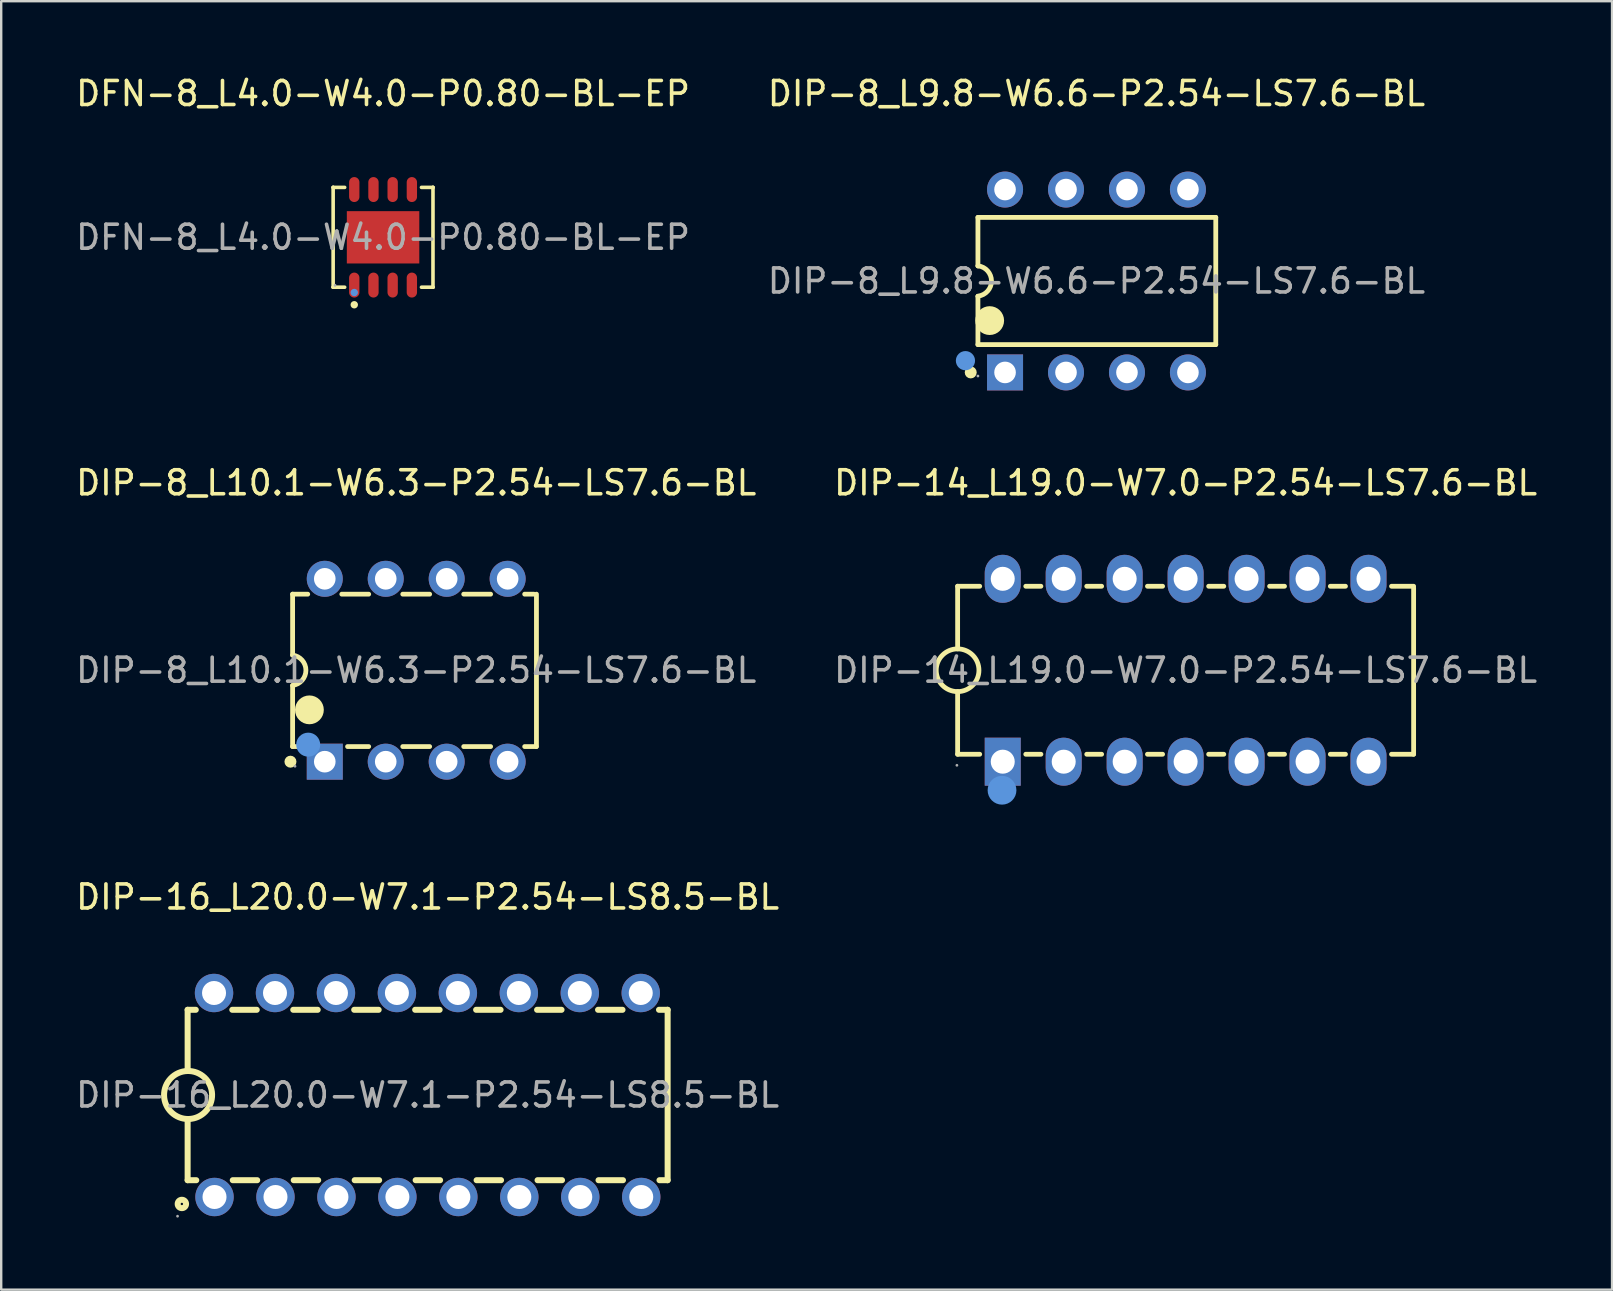
<source format=kicad_pcb>
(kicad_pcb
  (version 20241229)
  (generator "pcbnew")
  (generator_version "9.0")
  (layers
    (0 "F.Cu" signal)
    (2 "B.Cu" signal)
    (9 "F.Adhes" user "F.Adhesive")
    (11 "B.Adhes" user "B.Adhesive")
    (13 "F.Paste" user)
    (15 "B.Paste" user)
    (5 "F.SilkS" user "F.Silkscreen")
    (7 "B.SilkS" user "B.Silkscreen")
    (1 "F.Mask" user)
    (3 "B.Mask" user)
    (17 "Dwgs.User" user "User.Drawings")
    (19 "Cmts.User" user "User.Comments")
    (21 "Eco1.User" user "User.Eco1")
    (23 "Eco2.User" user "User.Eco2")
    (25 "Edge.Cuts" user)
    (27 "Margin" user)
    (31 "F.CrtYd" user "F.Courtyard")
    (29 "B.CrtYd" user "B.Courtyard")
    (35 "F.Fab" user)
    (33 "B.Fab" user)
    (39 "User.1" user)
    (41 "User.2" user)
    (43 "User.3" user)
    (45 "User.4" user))
  (footprint "DIP-16_L20.0-W7.1-P2.54-LS8.5-BL"
    (layer "F.Cu")
    (at 14.768 42.575)
    (property "Reference" "DIP-16_L20.0-W7.1-P2.54-LS8.5-BL" (at 0 -8.25 0) (layer "F.SilkS") (effects (font (size 1 1) (thickness 0.15))))
    (attr through_hole)
    (fp_line (start -10 -3.55) (end -9.66 -3.55) (stroke (width 0.25) (type solid)) (layer "F.SilkS"))
    (fp_line (start -10 -1) (end -10 -3.55) (stroke (width 0.25) (type solid)) (layer "F.SilkS"))
    (fp_line (start -10 3.55) (end -10 1) (stroke (width 0.25) (type solid)) (layer "F.SilkS"))
    (fp_line (start -10 3.55) (end -9.64 3.55) (stroke (width 0.25) (type solid)) (layer "F.SilkS"))
    (fp_line (start -8.14 -3.55) (end -7.12 -3.55) (stroke (width 0.25) (type solid)) (layer "F.SilkS"))
    (fp_line (start -8.12 3.55) (end -7.1 3.55) (stroke (width 0.25) (type solid)) (layer "F.SilkS"))
    (fp_line (start -5.6 -3.55) (end -4.58 -3.55) (stroke (width 0.25) (type solid)) (layer "F.SilkS"))
    (fp_line (start -5.58 3.55) (end -4.56 3.55) (stroke (width 0.25) (type solid)) (layer "F.SilkS"))
    (fp_line (start -3.06 -3.55) (end -2.04 -3.55) (stroke (width 0.25) (type solid)) (layer "F.SilkS"))
    (fp_line (start -3.04 3.55) (end -2.02 3.55) (stroke (width 0.25) (type solid)) (layer "F.SilkS"))
    (fp_line (start -0.52 -3.55) (end 0.5 -3.55) (stroke (width 0.25) (type solid)) (layer "F.SilkS"))
    (fp_line (start -0.5 3.55) (end 0.52 3.55) (stroke (width 0.25) (type solid)) (layer "F.SilkS"))
    (fp_line (start 2.02 -3.55) (end 3.04 -3.55) (stroke (width 0.25) (type solid)) (layer "F.SilkS"))
    (fp_line (start 2.04 3.55) (end 3.06 3.55) (stroke (width 0.25) (type solid)) (layer "F.SilkS"))
    (fp_line (start 4.56 -3.55) (end 5.58 -3.55) (stroke (width 0.25) (type solid)) (layer "F.SilkS"))
    (fp_line (start 4.58 3.55) (end 5.6 3.55) (stroke (width 0.25) (type solid)) (layer "F.SilkS"))
    (fp_line (start 7.1 -3.55) (end 8.12 -3.55) (stroke (width 0.25) (type solid)) (layer "F.SilkS"))
    (fp_line (start 7.12 3.55) (end 8.14 3.55) (stroke (width 0.25) (type solid)) (layer "F.SilkS"))
    (fp_line (start 9.64 -3.55) (end 10 -3.55) (stroke (width 0.25) (type solid)) (layer "F.SilkS"))
    (fp_line (start 9.66 3.55) (end 10 3.55) (stroke (width 0.25) (type solid)) (layer "F.SilkS"))
    (fp_line (start 10 3.55) (end 10 -3.55) (stroke (width 0.25) (type solid)) (layer "F.SilkS"))
    (fp_arc (start -9.967457 1.000371) (mid -10.001272 -1.000223) (end -9.95 1) (stroke (width 0.25) (type solid)) (layer "F.SilkS"))
    (fp_circle (center -10.24 4.54) (end -10.19 4.54) (stroke (width 0.25) (type solid)) (fill no) (layer "F.SilkS"))
    (fp_circle (center -10.42 5.05) (end -10.39 5.05) (stroke (width 0.06) (type solid)) (fill no) (layer "F.Fab"))
    (fp_circle (center -8.9 -4.25) (end -8.7 -4.25) (stroke (width 0.4) (type solid)) (fill no) (layer "F.Fab"))
    (fp_circle (center -8.88 4.25) (end -8.68 4.25) (stroke (width 0.4) (type solid)) (fill no) (layer "F.Fab"))
    (fp_circle (center -6.36 -4.25) (end -6.16 -4.25) (stroke (width 0.4) (type solid)) (fill no) (layer "F.Fab"))
    (fp_circle (center -6.34 4.25) (end -6.14 4.25) (stroke (width 0.4) (type solid)) (fill no) (layer "F.Fab"))
    (fp_circle (center -3.82 -4.25) (end -3.62 -4.25) (stroke (width 0.4) (type solid)) (fill no) (layer "F.Fab"))
    (fp_circle (center -3.8 4.25) (end -3.6 4.25) (stroke (width 0.4) (type solid)) (fill no) (layer "F.Fab"))
    (fp_circle (center -1.28 -4.25) (end -1.08 -4.25) (stroke (width 0.4) (type solid)) (fill no) (layer "F.Fab"))
    (fp_circle (center -1.26 4.25) (end -1.06 4.25) (stroke (width 0.4) (type solid)) (fill no) (layer "F.Fab"))
    (fp_circle (center 1.26 -4.25) (end 1.46 -4.25) (stroke (width 0.4) (type solid)) (fill no) (layer "F.Fab"))
    (fp_circle (center 1.28 4.25) (end 1.48 4.25) (stroke (width 0.4) (type solid)) (fill no) (layer "F.Fab"))
    (fp_circle (center 3.8 -4.25) (end 4 -4.25) (stroke (width 0.4) (type solid)) (fill no) (layer "F.Fab"))
    (fp_circle (center 3.82 4.25) (end 4.02 4.25) (stroke (width 0.4) (type solid)) (fill no) (layer "F.Fab"))
    (fp_circle (center 6.34 -4.25) (end 6.54 -4.25) (stroke (width 0.4) (type solid)) (fill no) (layer "F.Fab"))
    (fp_circle (center 6.36 4.25) (end 6.56 4.25) (stroke (width 0.4) (type solid)) (fill no) (layer "F.Fab"))
    (fp_circle (center 8.88 -4.25) (end 9.08 -4.25) (stroke (width 0.4) (type solid)) (fill no) (layer "F.Fab"))
    (fp_circle (center 8.9 4.25) (end 9.1 4.25) (stroke (width 0.4) (type solid)) (fill no) (layer "F.Fab"))
    (fp_text user "${REFERENCE}" (at 0 0 0) (layer "F.Fab") (effects (font (size 1 1) (thickness 0.15))))
    (pad "1" thru_hole circle (at -8.88 4.25 90) (size 1.6 1.6) (drill 1) (layers "*.Cu" "*.Paste" "*.Mask"))
    (pad "2" thru_hole circle (at -6.34 4.25 90) (size 1.6 1.6) (drill 1) (layers "*.Cu" "*.Paste" "*.Mask"))
    (pad "3" thru_hole circle (at -3.8 4.25 90) (size 1.6 1.6) (drill 1) (layers "*.Cu" "*.Paste" "*.Mask"))
    (pad "4" thru_hole circle (at -1.26 4.25 90) (size 1.6 1.6) (drill 1) (layers "*.Cu" "*.Paste" "*.Mask"))
    (pad "5" thru_hole circle (at 1.28 4.25 90) (size 1.6 1.6) (drill 1) (layers "*.Cu" "*.Paste" "*.Mask"))
    (pad "6" thru_hole circle (at 3.82 4.25 90) (size 1.6 1.6) (drill 1) (layers "*.Cu" "*.Paste" "*.Mask"))
    (pad "7" thru_hole circle (at 6.36 4.25 90) (size 1.6 1.6) (drill 1) (layers "*.Cu" "*.Paste" "*.Mask"))
    (pad "8" thru_hole circle (at 8.9 4.25 90) (size 1.6 1.6) (drill 1) (layers "*.Cu" "*.Paste" "*.Mask"))
    (pad "9" thru_hole circle (at 8.88 -4.25 90) (size 1.6 1.6) (drill 1) (layers "*.Cu" "*.Paste" "*.Mask"))
    (pad "10" thru_hole circle (at 6.34 -4.25 90) (size 1.6 1.6) (drill 1) (layers "*.Cu" "*.Paste" "*.Mask"))
    (pad "11" thru_hole circle (at 3.8 -4.25 90) (size 1.6 1.6) (drill 1) (layers "*.Cu" "*.Paste" "*.Mask"))
    (pad "12" thru_hole circle (at 1.26 -4.25 90) (size 1.6 1.6) (drill 1) (layers "*.Cu" "*.Paste" "*.Mask"))
    (pad "13" thru_hole circle (at -1.28 -4.25 90) (size 1.6 1.6) (drill 1) (layers "*.Cu" "*.Paste" "*.Mask"))
    (pad "14" thru_hole circle (at -3.82 -4.25 90) (size 1.6 1.6) (drill 1) (layers "*.Cu" "*.Paste" "*.Mask"))
    (pad "15" thru_hole circle (at -6.36 -4.25 90) (size 1.6 1.6) (drill 1) (layers "*.Cu" "*.Paste" "*.Mask"))
    (pad "16" thru_hole circle (at -8.9 -4.25 90) (size 1.6 1.6) (drill 1) (layers "*.Cu" "*.Paste" "*.Mask")))
  (footprint "DIP-8_L9.8-W6.6-P2.54-LS7.6-BL"
    (layer "F.Cu")
    (at 42.637 8.658)
    (property "Reference" "DIP-8_L9.8-W6.6-P2.54-LS7.6-BL" (at 0 -7.81 0) (layer "F.SilkS") (effects (font (size 1 1) (thickness 0.15))))
    (attr through_hole)
    (fp_line (start -4.94 -2.65) (end 4.97 -2.65) (stroke (width 0.2) (type solid)) (layer "F.SilkS"))
    (fp_line (start -4.94 -0.63) (end -4.94 -2.65) (stroke (width 0.2) (type solid)) (layer "F.SilkS"))
    (fp_line (start -4.94 0.64) (end -4.93 0.64) (stroke (width 0.2) (type solid)) (layer "F.SilkS"))
    (fp_line (start -4.94 2.65) (end -4.94 0.64) (stroke (width 0.2) (type solid)) (layer "F.SilkS"))
    (fp_line (start -4.93 -0.64) (end -4.94 -0.63) (stroke (width 0.2) (type solid)) (layer "F.SilkS"))
    (fp_line (start 4.97 -2.65) (end 4.97 2.65) (stroke (width 0.2) (type solid)) (layer "F.SilkS"))
    (fp_line (start 4.97 2.65) (end -4.94 2.65) (stroke (width 0.2) (type solid)) (layer "F.SilkS"))
    (fp_arc (start -5.24 3.81) (mid -5.24 3.81) (end -5.24 3.81) (stroke (width 0.25) (type solid)) (layer "F.SilkS"))
    (fp_arc (start -4.93 -0.63) (mid -4.374941 0.000797) (end -4.931582 0.630199) (stroke (width 0.2) (type solid)) (layer "F.SilkS"))
    (fp_arc (start -4.45 1.65) (mid -4.45 1.65) (end -4.45 1.65) (stroke (width 0.6) (type solid)) (layer "F.SilkS"))
    (fp_circle (center -5.46 3.32) (end -5.26 3.32) (stroke (width 0.4) (type solid)) (fill no) (layer "Cmts.User"))
    (fp_circle (center -4.94 3.96) (end -4.91 3.96) (stroke (width 0.06) (type solid)) (fill no) (layer "F.Fab"))
    (fp_text user "${REFERENCE}" (at 0 0 0) (layer "F.Fab") (effects (font (size 1 1) (thickness 0.15))))
    (pad "1" thru_hole rect (at -3.81 3.81) (size 1.5 1.5) (drill 0.9) (layers "*.Cu" "*.Paste" "*.Mask"))
    (pad "2" thru_hole circle (at -1.27 3.81 90) (size 1.5 1.5) (drill 0.9) (layers "*.Cu" "*.Paste" "*.Mask"))
    (pad "3" thru_hole circle (at 1.27 3.81 90) (size 1.5 1.5) (drill 0.9) (layers "*.Cu" "*.Paste" "*.Mask"))
    (pad "4" thru_hole circle (at 3.81 3.81 90) (size 1.5 1.5) (drill 0.9) (layers "*.Cu" "*.Paste" "*.Mask"))
    (pad "5" thru_hole circle (at 3.81 -3.81 90) (size 1.5 1.5) (drill 0.9) (layers "*.Cu" "*.Paste" "*.Mask"))
    (pad "6" thru_hole circle (at 1.27 -3.81 90) (size 1.5 1.5) (drill 0.9) (layers "*.Cu" "*.Paste" "*.Mask"))
    (pad "7" thru_hole circle (at -1.27 -3.81 90) (size 1.5 1.5) (drill 0.9) (layers "*.Cu" "*.Paste" "*.Mask"))
    (pad "8" thru_hole circle (at -3.81 -3.81 90) (size 1.5 1.5) (drill 0.9) (layers "*.Cu" "*.Paste" "*.Mask")))
  (footprint "DFN-8_L4.0-W4.0-P0.80-BL-EP"
    (layer "F.Cu")
    (at 12.911 6.838)
    (property "Reference" "DFN-8_L4.0-W4.0-P0.80-BL-EP" (at 0 -5.99 0) (layer "F.SilkS") (effects (font (size 1 1) (thickness 0.15))))
    (attr through_hole)
    (fp_line (start -2.08 -2.08) (end -2.08 -2.08) (stroke (width 0.15) (type solid)) (layer "F.SilkS"))
    (fp_line (start -2.08 -2.08) (end -1.6 -2.08) (stroke (width 0.15) (type solid)) (layer "F.SilkS"))
    (fp_line (start -2.08 2.08) (end -2.08 -2.08) (stroke (width 0.15) (type solid)) (layer "F.SilkS"))
    (fp_line (start -2.08 2.08) (end -2.08 2.08) (stroke (width 0.15) (type solid)) (layer "F.SilkS"))
    (fp_line (start -1.6 2.08) (end -2.08 2.08) (stroke (width 0.15) (type solid)) (layer "F.SilkS"))
    (fp_line (start 1.6 2.08) (end 2.08 2.08) (stroke (width 0.15) (type solid)) (layer "F.SilkS"))
    (fp_line (start 2.08 -2.08) (end 1.6 -2.08) (stroke (width 0.15) (type solid)) (layer "F.SilkS"))
    (fp_line (start 2.08 -2.08) (end 2.08 -2.08) (stroke (width 0.15) (type solid)) (layer "F.SilkS"))
    (fp_line (start 2.08 2.08) (end 2.08 -2.08) (stroke (width 0.15) (type solid)) (layer "F.SilkS"))
    (fp_line (start 2.08 2.08) (end 2.08 2.08) (stroke (width 0.15) (type solid)) (layer "F.SilkS"))
    (fp_circle (center -1.2 2.81) (end -1.12 2.81) (stroke (width 0.15) (type solid)) (fill no) (layer "F.SilkS"))
    (fp_circle (center -1.2 2.3) (end -1.12 2.3) (stroke (width 0.15) (type solid)) (fill no) (layer "Cmts.User"))
    (fp_circle (center -2 2) (end -1.97 2) (stroke (width 0.06) (type solid)) (fill no) (layer "F.Fab"))
    (fp_text user "${REFERENCE}" (at 0 0 0) (layer "F.Fab") (effects (font (size 1 1) (thickness 0.15))))
    (pad "1" smd oval (at -1.2 1.99) (size 0.43 1.04) (layers "F.Cu" "F.Mask" "F.Paste"))
    (pad "2" smd oval (at -0.4 1.99) (size 0.43 1.04) (layers "F.Cu" "F.Mask" "F.Paste"))
    (pad "3" smd oval (at 0.4 1.99) (size 0.43 1.04) (layers "F.Cu" "F.Mask" "F.Paste"))
    (pad "4" smd oval (at 1.2 1.99) (size 0.43 1.04) (layers "F.Cu" "F.Mask" "F.Paste"))
    (pad "5" smd oval (at 1.2 -1.99) (size 0.43 1.04) (layers "F.Cu" "F.Mask" "F.Paste"))
    (pad "6" smd oval (at 0.4 -1.99) (size 0.43 1.04) (layers "F.Cu" "F.Mask" "F.Paste"))
    (pad "7" smd oval (at -0.4 -1.99) (size 0.43 1.04) (layers "F.Cu" "F.Mask" "F.Paste"))
    (pad "8" smd oval (at -1.2 -1.99) (size 0.43 1.04) (layers "F.Cu" "F.Mask" "F.Paste"))
    (pad "9" smd rect (at 0 0) (size 3.02 2.18) (layers "F.Cu" "F.Mask" "F.Paste")))
  (footprint "DIP-8_L10.1-W6.3-P2.54-LS7.6-BL"
    (layer "F.Cu")
    (at 14.292 24.877)
    (property "Reference" "DIP-8_L10.1-W6.3-P2.54-LS7.6-BL" (at 0 -7.81 0) (layer "F.SilkS") (effects (font (size 1 1) (thickness 0.15))))
    (attr through_hole)
    (fp_line (start -5.15 -3.17) (end -4.52 -3.17) (stroke (width 0.2) (type solid)) (layer "F.SilkS"))
    (fp_line (start -5.15 -0.63) (end -5.15 -3.17) (stroke (width 0.2) (type solid)) (layer "F.SilkS"))
    (fp_line (start -5.15 3.18) (end -5.15 0.64) (stroke (width 0.2) (type solid)) (layer "F.SilkS"))
    (fp_line (start -4.77 3.18) (end -5.15 3.18) (stroke (width 0.2) (type solid)) (layer "F.SilkS"))
    (fp_line (start -3.1 -3.17) (end -1.98 -3.17) (stroke (width 0.2) (type solid)) (layer "F.SilkS"))
    (fp_line (start -1.98 3.18) (end -2.86 3.18) (stroke (width 0.2) (type solid)) (layer "F.SilkS"))
    (fp_line (start -0.56 -3.17) (end 0.56 -3.17) (stroke (width 0.2) (type solid)) (layer "F.SilkS"))
    (fp_line (start 0.56 3.18) (end -0.56 3.18) (stroke (width 0.2) (type solid)) (layer "F.SilkS"))
    (fp_line (start 1.98 -3.17) (end 3.1 -3.17) (stroke (width 0.2) (type solid)) (layer "F.SilkS"))
    (fp_line (start 3.1 3.18) (end 1.98 3.18) (stroke (width 0.2) (type solid)) (layer "F.SilkS"))
    (fp_line (start 4.52 -3.17) (end 4.9 -3.17) (stroke (width 0.2) (type solid)) (layer "F.SilkS"))
    (fp_line (start 5 3.18) (end 4.52 3.18) (stroke (width 0.2) (type solid)) (layer "F.SilkS"))
    (fp_line (start 5.01 -3.17) (end 5.01 3.18) (stroke (width 0.2) (type solid)) (layer "F.SilkS"))
    (fp_arc (start -5.24 3.81) (mid -5.24 3.81) (end -5.24 3.81) (stroke (width 0.25) (type solid)) (layer "F.SilkS"))
    (fp_arc (start -5.15 -0.63) (mid -4.594941 0.000797) (end -5.151582 0.630199) (stroke (width 0.2) (type solid)) (layer "F.SilkS"))
    (fp_arc (start -4.45 1.65) (mid -4.45 1.65) (end -4.45 1.65) (stroke (width 0.6) (type solid)) (layer "F.SilkS"))
    (fp_circle (center -4.5 3.1) (end -4.25 3.1) (stroke (width 0.5) (type solid)) (fill no) (layer "Cmts.User"))
    (fp_circle (center -5.05 4) (end -5.02 4) (stroke (width 0.06) (type solid)) (fill no) (layer "F.Fab"))
    (fp_circle (center -3.81 -3.75) (end -3.69 -3.75) (stroke (width 0.25) (type solid)) (fill no) (layer "F.Fab"))
    (fp_circle (center -3.81 3.75) (end -3.69 3.75) (stroke (width 0.25) (type solid)) (fill no) (layer "F.Fab"))
    (fp_circle (center -1.27 -3.75) (end -1.15 -3.75) (stroke (width 0.25) (type solid)) (fill no) (layer "F.Fab"))
    (fp_circle (center -1.27 3.75) (end -1.15 3.75) (stroke (width 0.25) (type solid)) (fill no) (layer "F.Fab"))
    (fp_circle (center 1.27 -3.75) (end 1.39 -3.75) (stroke (width 0.25) (type solid)) (fill no) (layer "F.Fab"))
    (fp_circle (center 1.27 3.75) (end 1.39 3.75) (stroke (width 0.25) (type solid)) (fill no) (layer "F.Fab"))
    (fp_circle (center 3.81 -3.75) (end 3.93 -3.75) (stroke (width 0.25) (type solid)) (fill no) (layer "F.Fab"))
    (fp_circle (center 3.81 3.75) (end 3.93 3.75) (stroke (width 0.25) (type solid)) (fill no) (layer "F.Fab"))
    (fp_text user "${REFERENCE}" (at 0 0 0) (layer "F.Fab") (effects (font (size 1 1) (thickness 0.15))))
    (pad "1" thru_hole rect (at -3.81 3.81) (size 1.5 1.5) (drill 0.9) (layers "*.Cu" "*.Paste" "*.Mask"))
    (pad "2" thru_hole circle (at -1.27 3.81) (size 1.5 1.5) (drill 0.9) (layers "*.Cu" "*.Paste" "*.Mask"))
    (pad "3" thru_hole circle (at 1.27 3.81) (size 1.5 1.5) (drill 0.9) (layers "*.Cu" "*.Paste" "*.Mask"))
    (pad "4" thru_hole circle (at 3.81 3.81) (size 1.5 1.5) (drill 0.9) (layers "*.Cu" "*.Paste" "*.Mask"))
    (pad "5" thru_hole circle (at 3.81 -3.81) (size 1.5 1.5) (drill 0.9) (layers "*.Cu" "*.Paste" "*.Mask"))
    (pad "6" thru_hole circle (at 1.27 -3.81) (size 1.5 1.5) (drill 0.9) (layers "*.Cu" "*.Paste" "*.Mask"))
    (pad "7" thru_hole circle (at -1.27 -3.81) (size 1.5 1.5) (drill 0.9) (layers "*.Cu" "*.Paste" "*.Mask"))
    (pad "8" thru_hole circle (at -3.81 -3.81) (size 1.5 1.5) (drill 0.9) (layers "*.Cu" "*.Paste" "*.Mask")))
  (footprint "DIP-14_L19.0-W7.0-P2.54-LS7.6-BL"
    (layer "F.Cu")
    (at 46.351 24.877)
    (property "Reference" "DIP-14_L19.0-W7.0-P2.54-LS7.6-BL" (at 0 -7.81 0) (layer "F.SilkS") (effects (font (size 1 1) (thickness 0.15))))
    (attr through_hole)
    (fp_line (start -9.5 -3.5) (end -9.5 -0.89) (stroke (width 0.2) (type solid)) (layer "F.SilkS"))
    (fp_line (start -9.5 -3.5) (end -8.58 -3.5) (stroke (width 0.2) (type solid)) (layer "F.SilkS"))
    (fp_line (start -9.5 3.5) (end -9.5 0.89) (stroke (width 0.2) (type solid)) (layer "F.SilkS"))
    (fp_line (start -9.5 3.5) (end -8.58 3.5) (stroke (width 0.2) (type solid)) (layer "F.SilkS"))
    (fp_line (start -6.66 -3.5) (end -6.03 -3.5) (stroke (width 0.2) (type solid)) (layer "F.SilkS"))
    (fp_line (start -6.66 3.5) (end -6.03 3.5) (stroke (width 0.2) (type solid)) (layer "F.SilkS"))
    (fp_line (start -4.12 -3.5) (end -3.5 -3.5) (stroke (width 0.2) (type solid)) (layer "F.SilkS"))
    (fp_line (start -4.12 3.5) (end -3.5 3.5) (stroke (width 0.2) (type solid)) (layer "F.SilkS"))
    (fp_line (start -1.59 -3.5) (end -0.96 -3.5) (stroke (width 0.2) (type solid)) (layer "F.SilkS"))
    (fp_line (start -1.59 3.5) (end -0.96 3.5) (stroke (width 0.2) (type solid)) (layer "F.SilkS"))
    (fp_line (start 0.96 -3.5) (end 1.59 -3.5) (stroke (width 0.2) (type solid)) (layer "F.SilkS"))
    (fp_line (start 0.96 3.5) (end 1.59 3.5) (stroke (width 0.2) (type solid)) (layer "F.SilkS"))
    (fp_line (start 3.5 -3.5) (end 4.12 -3.5) (stroke (width 0.2) (type solid)) (layer "F.SilkS"))
    (fp_line (start 3.5 3.5) (end 4.12 3.5) (stroke (width 0.2) (type solid)) (layer "F.SilkS"))
    (fp_line (start 6.03 -3.5) (end 6.66 -3.5) (stroke (width 0.2) (type solid)) (layer "F.SilkS"))
    (fp_line (start 6.03 3.5) (end 6.66 3.5) (stroke (width 0.2) (type solid)) (layer "F.SilkS"))
    (fp_line (start 8.58 -3.5) (end 9.5 -3.5) (stroke (width 0.2) (type solid)) (layer "F.SilkS"))
    (fp_line (start 8.58 3.5) (end 9.5 3.5) (stroke (width 0.2) (type solid)) (layer "F.SilkS"))
    (fp_line (start 9.5 3.5) (end 9.5 -3.43) (stroke (width 0.2) (type solid)) (layer "F.SilkS"))
    (fp_arc (start -9.515533 0.889864) (mid -9.492233 -0.889966) (end -9.5 0.89) (stroke (width 0.2) (type solid)) (layer "F.SilkS"))
    (fp_circle (center -7.65 5) (end -7.35 5) (stroke (width 0.6) (type solid)) (fill no) (layer "Cmts.User"))
    (fp_circle (center -9.53 3.96) (end -9.5 3.96) (stroke (width 0.06) (type solid)) (fill no) (layer "F.Fab"))
    (fp_text user "${REFERENCE}" (at 0 0 0) (layer "F.Fab") (effects (font (size 1 1) (thickness 0.15))))
    (pad "1" thru_hole rect (at -7.62 3.81 90) (size 2 1.5) (drill 1) (layers "*.Cu" "*.Paste" "*.Mask"))
    (pad "2" thru_hole oval (at -5.08 3.81 90) (size 2 1.5) (drill 1) (layers "*.Cu" "*.Paste" "*.Mask"))
    (pad "3" thru_hole oval (at -2.54 3.81 90) (size 2 1.5) (drill 1) (layers "*.Cu" "*.Paste" "*.Mask"))
    (pad "4" thru_hole oval (at 0 3.81 90) (size 2 1.5) (drill 1) (layers "*.Cu" "*.Paste" "*.Mask"))
    (pad "5" thru_hole oval (at 2.54 3.81 90) (size 2 1.5) (drill 1) (layers "*.Cu" "*.Paste" "*.Mask"))
    (pad "6" thru_hole oval (at 5.08 3.81 90) (size 2 1.5) (drill 1) (layers "*.Cu" "*.Paste" "*.Mask"))
    (pad "7" thru_hole oval (at 7.62 3.81 90) (size 2 1.5) (drill 1) (layers "*.Cu" "*.Paste" "*.Mask"))
    (pad "8" thru_hole oval (at 7.62 -3.81 90) (size 2 1.5) (drill 1) (layers "*.Cu" "*.Paste" "*.Mask"))
    (pad "9" thru_hole oval (at 5.08 -3.81 90) (size 2 1.5) (drill 1) (layers "*.Cu" "*.Paste" "*.Mask"))
    (pad "10" thru_hole oval (at 2.54 -3.81 90) (size 2 1.5) (drill 1) (layers "*.Cu" "*.Paste" "*.Mask"))
    (pad "11" thru_hole oval (at 0 -3.81 90) (size 2 1.5) (drill 1) (layers "*.Cu" "*.Paste" "*.Mask"))
    (pad "12" thru_hole oval (at -2.54 -3.81 90) (size 2 1.5) (drill 1) (layers "*.Cu" "*.Paste" "*.Mask"))
    (pad "13" thru_hole oval (at -5.08 -3.81 90) (size 2 1.5) (drill 1) (layers "*.Cu" "*.Paste" "*.Mask"))
    (pad "14" thru_hole oval (at -7.62 -3.81 90) (size 2 1.5) (drill 1) (layers "*.Cu" "*.Paste" "*.Mask")))
  (gr_rect
    (start -3 -3)
    (end 64.119 50.685)
    (stroke (width 0.1) (type default))
    (fill no)
    (layer "Edge.Cuts")))
</source>
